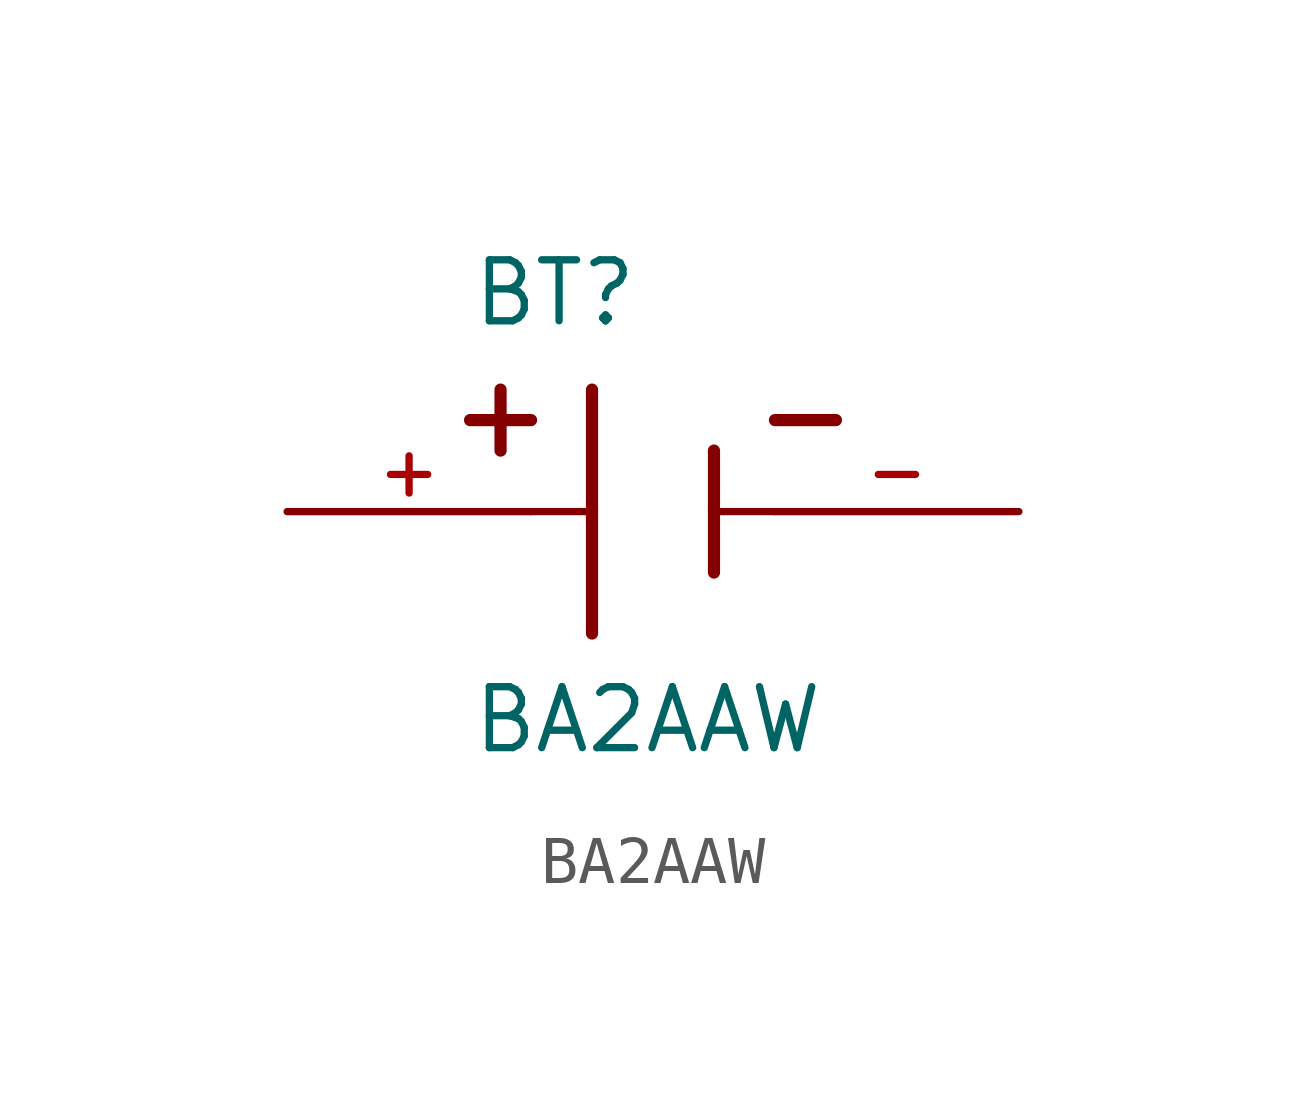
<source format=kicad_sym>
(kicad_symbol_lib
  (version 20211014)
  (generator kicad_symbol_editor)
  (symbol "BA2AAW"
    (pin_names
      (offset 1.016))
    (property "Reference" "BT"
      (at -3.81 3.81 0)
      (effects (font (size 1.27 1.27)) (justify bottom left)))
    (property "Value" "BA2AAW"
      (at -3.81 -5.08 0)
      (effects (font (size 1.27 1.27)) (justify bottom left)))
    (symbol "BA2AAW_0_0"
      (polyline (pts (xy -1.27 2.54) (xy -1.27 0.0)) (stroke (width 0.254)))
      (polyline (pts (xy -1.27 0.0) (xy -1.27 -2.54)) (stroke (width 0.254)))
      (polyline (pts (xy 1.27 1.27) (xy 1.27 0.0)) (stroke (width 0.254)))
      (polyline (pts (xy 1.27 0.0) (xy 1.27 -1.27)) (stroke (width 0.254)))
      (polyline (pts (xy -1.27 0.0) (xy -2.54 0.0)) (stroke (width 0.152)))
      (polyline (pts (xy 1.27 0.0) (xy 2.54 0.0)) (stroke (width 0.152)))
      (polyline (pts (xy -3.175 2.54) (xy -3.175 1.27)) (stroke (width 0.254)))
      (polyline (pts (xy -3.81 1.905) (xy -2.54 1.905)) (stroke (width 0.254)))
      (polyline (pts (xy 3.81 1.905) (xy 2.54 1.905)) (stroke (width 0.254)))
      (pin passive line (at -7.62 0.0 0) (length 5.08) (name "~" (effects (font (size 1.016 1.016)))) (number "+" (effects (font (size 1.016 1.016)))))
      (pin passive line (at 7.62 0.0 180.0) (length 5.08) (name "~" (effects (font (size 1.016 1.016)))) (number "-" (effects (font (size 1.016 1.016))))))))
</source>
